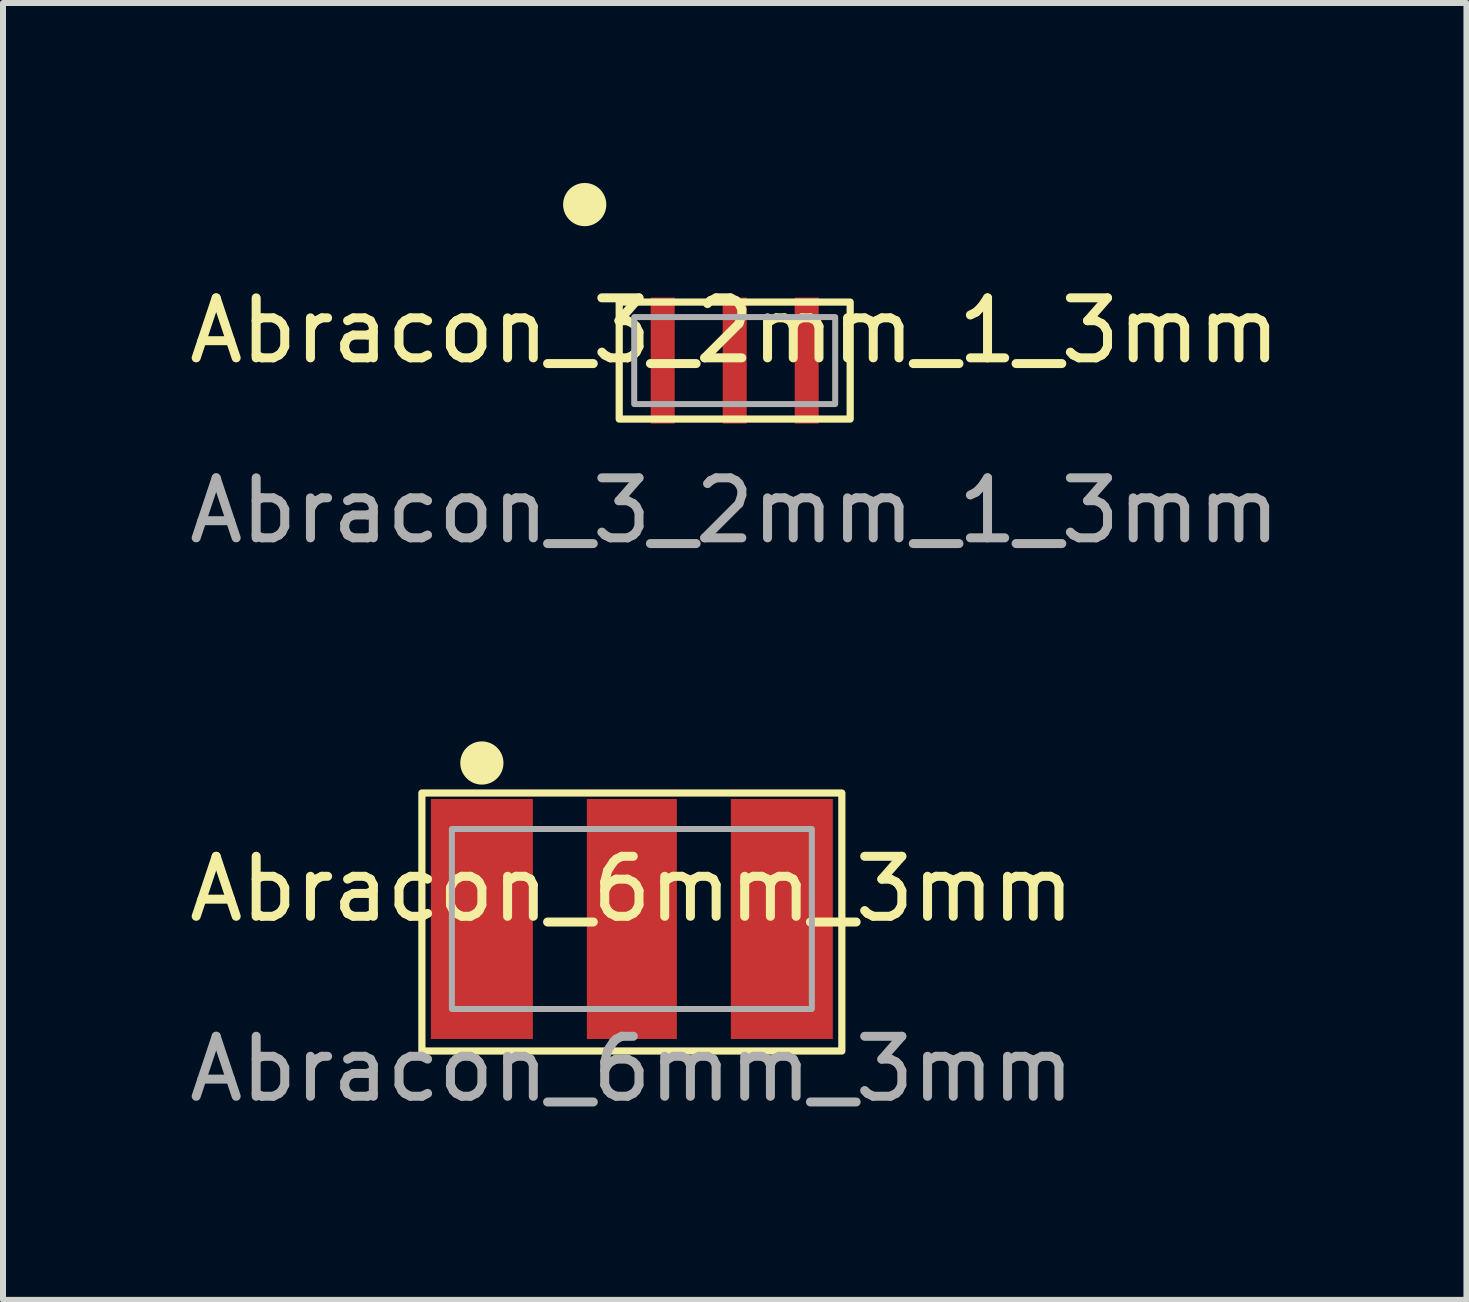
<source format=kicad_pcb>
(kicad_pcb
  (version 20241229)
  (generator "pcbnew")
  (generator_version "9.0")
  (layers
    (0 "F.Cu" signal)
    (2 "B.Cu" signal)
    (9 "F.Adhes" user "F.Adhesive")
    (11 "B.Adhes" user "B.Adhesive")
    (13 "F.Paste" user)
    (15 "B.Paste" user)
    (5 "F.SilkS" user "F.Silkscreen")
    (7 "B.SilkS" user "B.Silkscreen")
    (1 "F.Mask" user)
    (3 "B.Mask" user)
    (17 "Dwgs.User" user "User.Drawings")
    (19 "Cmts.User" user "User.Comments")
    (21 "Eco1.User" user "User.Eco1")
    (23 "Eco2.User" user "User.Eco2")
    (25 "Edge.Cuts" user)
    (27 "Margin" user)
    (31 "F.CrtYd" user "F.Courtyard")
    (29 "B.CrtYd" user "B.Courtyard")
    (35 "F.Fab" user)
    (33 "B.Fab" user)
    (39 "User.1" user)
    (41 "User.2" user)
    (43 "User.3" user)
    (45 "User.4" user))
  (footprint "Abracon_3_2mm_1_3mm"
    (layer "F.Cu")
    (at 9.196 2.96)
    (property "Reference" "Abracon_3_2mm_1_3mm" (at 0 -0.5 0) (unlocked yes) (layer "F.SilkS") (effects (font (size 1 1) (thickness 0.15))))
    (attr smd)
    (fp_rect (start -1.925 -0.975) (end 1.925 0.975) (stroke (width 0.12) (type solid)) (fill no) (layer "F.SilkS"))
    (fp_circle (center -2.5 -2.6) (end -2.2 -2.6) (stroke (width 0.12) (type solid)) (fill yes) (layer "F.SilkS"))
    (fp_rect (start -1.675 -0.725) (end 1.675 0.725) (stroke (width 0.1) (type solid)) (fill no) (layer "F.Fab"))
    (fp_text user "${REFERENCE}" (at 0 2.5 0) (unlocked yes) (layer "F.Fab") (effects (font (size 1 1) (thickness 0.15))))
    (pad "1" smd rect (at -1.2 0) (size 0.4 2.1) (layers "F.Cu" "F.Mask" "F.Paste"))
    (pad "2" smd rect (at 0 0) (size 0.4 2.1) (layers "F.Cu" "F.Mask" "F.Paste"))
    (pad "3" smd rect (at 1.2 0) (size 0.4 2.1) (layers "F.Cu" "F.Mask" "F.Paste")))
  (footprint "Abracon_6mm_3mm"
    (layer "F.Cu")
    (at 7.482 12.268)
    (property "Reference" "Abracon_6mm_3mm" (at 0 -0.5 0) (unlocked yes) (layer "F.SilkS") (effects (font (size 1 1) (thickness 0.15))))
    (attr smd)
    (fp_rect (start -3.5 -2.1) (end 3.5 2.2) (stroke (width 0.12) (type solid)) (fill no) (layer "F.SilkS"))
    (fp_circle (center -2.5 -2.6) (end -2.2 -2.6) (stroke (width 0.12) (type solid)) (fill yes) (layer "F.SilkS"))
    (fp_rect (start -3 -1.5) (end 3 1.5) (stroke (width 0.1) (type solid)) (fill no) (layer "F.Fab"))
    (fp_text user "${REFERENCE}" (at 0 2.5 0) (unlocked yes) (layer "F.Fab") (effects (font (size 1 1) (thickness 0.15))))
    (pad "1" smd rect (at -2.5 0) (size 1.7 4) (layers "F.Cu" "F.Mask" "F.Paste"))
    (pad "2" smd rect (at 0 0) (size 1.5 4) (layers "F.Cu" "F.Mask" "F.Paste"))
    (pad "3" smd rect (at 2.5 0) (size 1.7 4) (layers "F.Cu" "F.Mask" "F.Paste")))
  (gr_rect
    (start -3 -3)
    (end 21.393 18.616)
    (stroke (width 0.1) (type default))
    (fill no)
    (layer "Edge.Cuts")))
</source>
